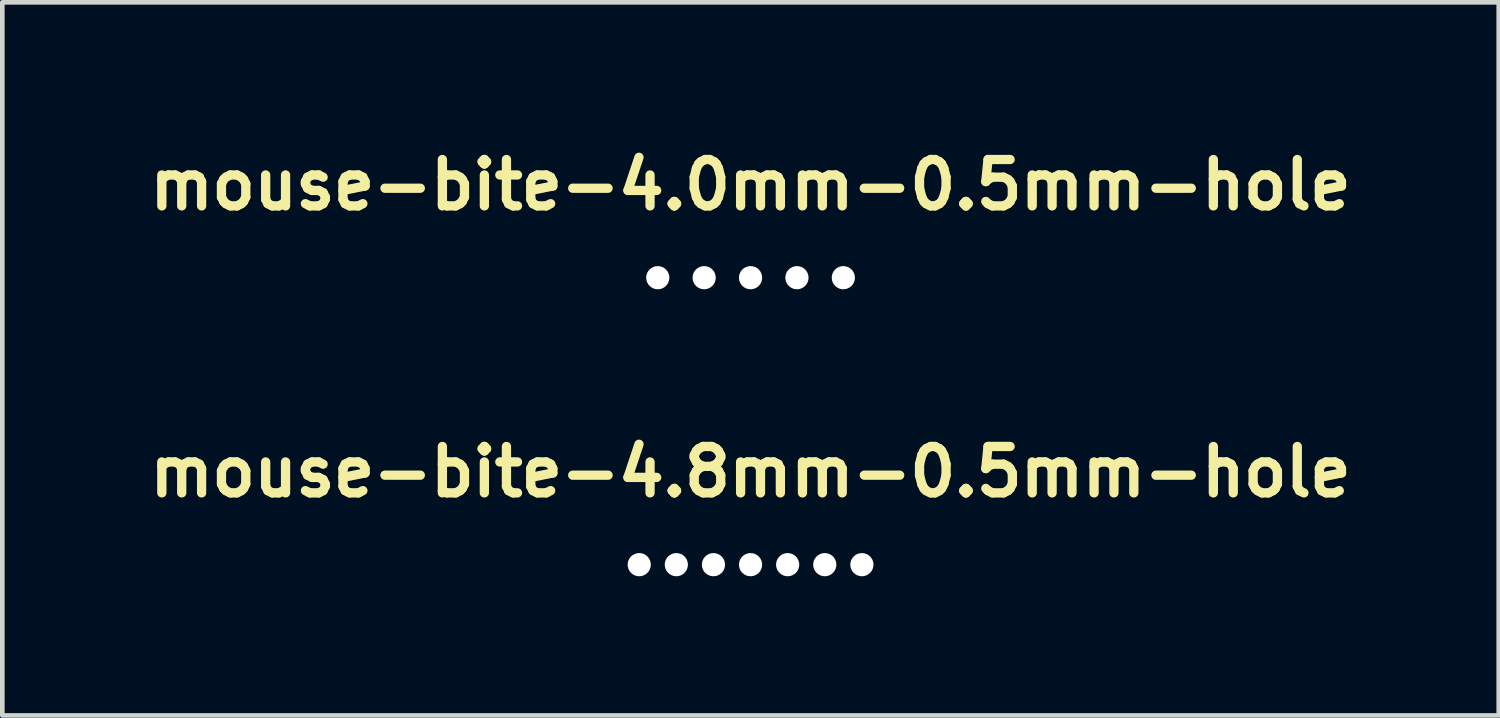
<source format=kicad_pcb>
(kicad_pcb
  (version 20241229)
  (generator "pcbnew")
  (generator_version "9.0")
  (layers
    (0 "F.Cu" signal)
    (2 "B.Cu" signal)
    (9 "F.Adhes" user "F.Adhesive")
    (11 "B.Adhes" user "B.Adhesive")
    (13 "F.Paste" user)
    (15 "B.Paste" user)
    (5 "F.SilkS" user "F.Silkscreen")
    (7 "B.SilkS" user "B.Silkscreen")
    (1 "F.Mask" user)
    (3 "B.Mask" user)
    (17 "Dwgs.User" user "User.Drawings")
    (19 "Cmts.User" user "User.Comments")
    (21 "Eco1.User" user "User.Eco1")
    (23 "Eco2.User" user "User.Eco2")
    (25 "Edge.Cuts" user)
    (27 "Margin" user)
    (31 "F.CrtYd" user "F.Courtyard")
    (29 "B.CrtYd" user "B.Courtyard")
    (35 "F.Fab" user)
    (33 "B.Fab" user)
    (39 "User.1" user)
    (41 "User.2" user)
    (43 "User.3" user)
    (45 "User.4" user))
  (footprint "mouse-bite-4.0mm-0.5mm-hole"
    (layer "F.Cu")
    (at 13.129 2.936)
    (property "Reference" "mouse-bite-4.0mm-0.5mm-hole" (at 0 -2 0) (layer "F.SilkS") (effects (font (size 1 1) (thickness 0.2))))
    (attr through_hole)
    (pad "" np_thru_hole circle (at -2 0) (size 0.5 0.5) (drill 0.5) (layers "*.Cu" "*.Mask"))
    (pad "" np_thru_hole circle (at -1 0) (size 0.5 0.5) (drill 0.5) (layers "*.Cu" "*.Mask"))
    (pad "" np_thru_hole circle (at 0 0) (size 0.5 0.5) (drill 0.5) (layers "*.Cu" "*.Mask"))
    (pad "" np_thru_hole circle (at 1 0) (size 0.5 0.5) (drill 0.5) (layers "*.Cu" "*.Mask"))
    (pad "" np_thru_hole circle (at 2 0) (size 0.5 0.5) (drill 0.5) (layers "*.Cu" "*.Mask")))
  (footprint "mouse-bite-4.8mm-0.5mm-hole"
    (layer "F.Cu")
    (at 13.129 9.122)
    (property "Reference" "mouse-bite-4.8mm-0.5mm-hole" (at 0 -2 0) (layer "F.SilkS") (effects (font (size 1 1) (thickness 0.2))))
    (attr through_hole)
    (pad "" np_thru_hole circle (at -2.4 0) (size 0.5 0.5) (drill 0.5) (layers "*.Cu" "*.Mask"))
    (pad "" np_thru_hole circle (at -1.6 0) (size 0.5 0.5) (drill 0.5) (layers "*.Cu" "*.Mask"))
    (pad "" np_thru_hole circle (at -0.8 0) (size 0.5 0.5) (drill 0.5) (layers "*.Cu" "*.Mask"))
    (pad "" np_thru_hole circle (at 0 0) (size 0.5 0.5) (drill 0.5) (layers "*.Cu" "*.Mask"))
    (pad "" np_thru_hole circle (at 0.8 0) (size 0.5 0.5) (drill 0.5) (layers "*.Cu" "*.Mask"))
    (pad "" np_thru_hole circle (at 1.6 0) (size 0.5 0.5) (drill 0.5) (layers "*.Cu" "*.Mask"))
    (pad "" np_thru_hole circle (at 2.4 0) (size 0.5 0.5) (drill 0.5) (layers "*.Cu" "*.Mask")))
  (gr_rect
    (start -3 -3)
    (end 29.257 12.372)
    (stroke (width 0.1) (type default))
    (fill no)
    (layer "Edge.Cuts")))
</source>
